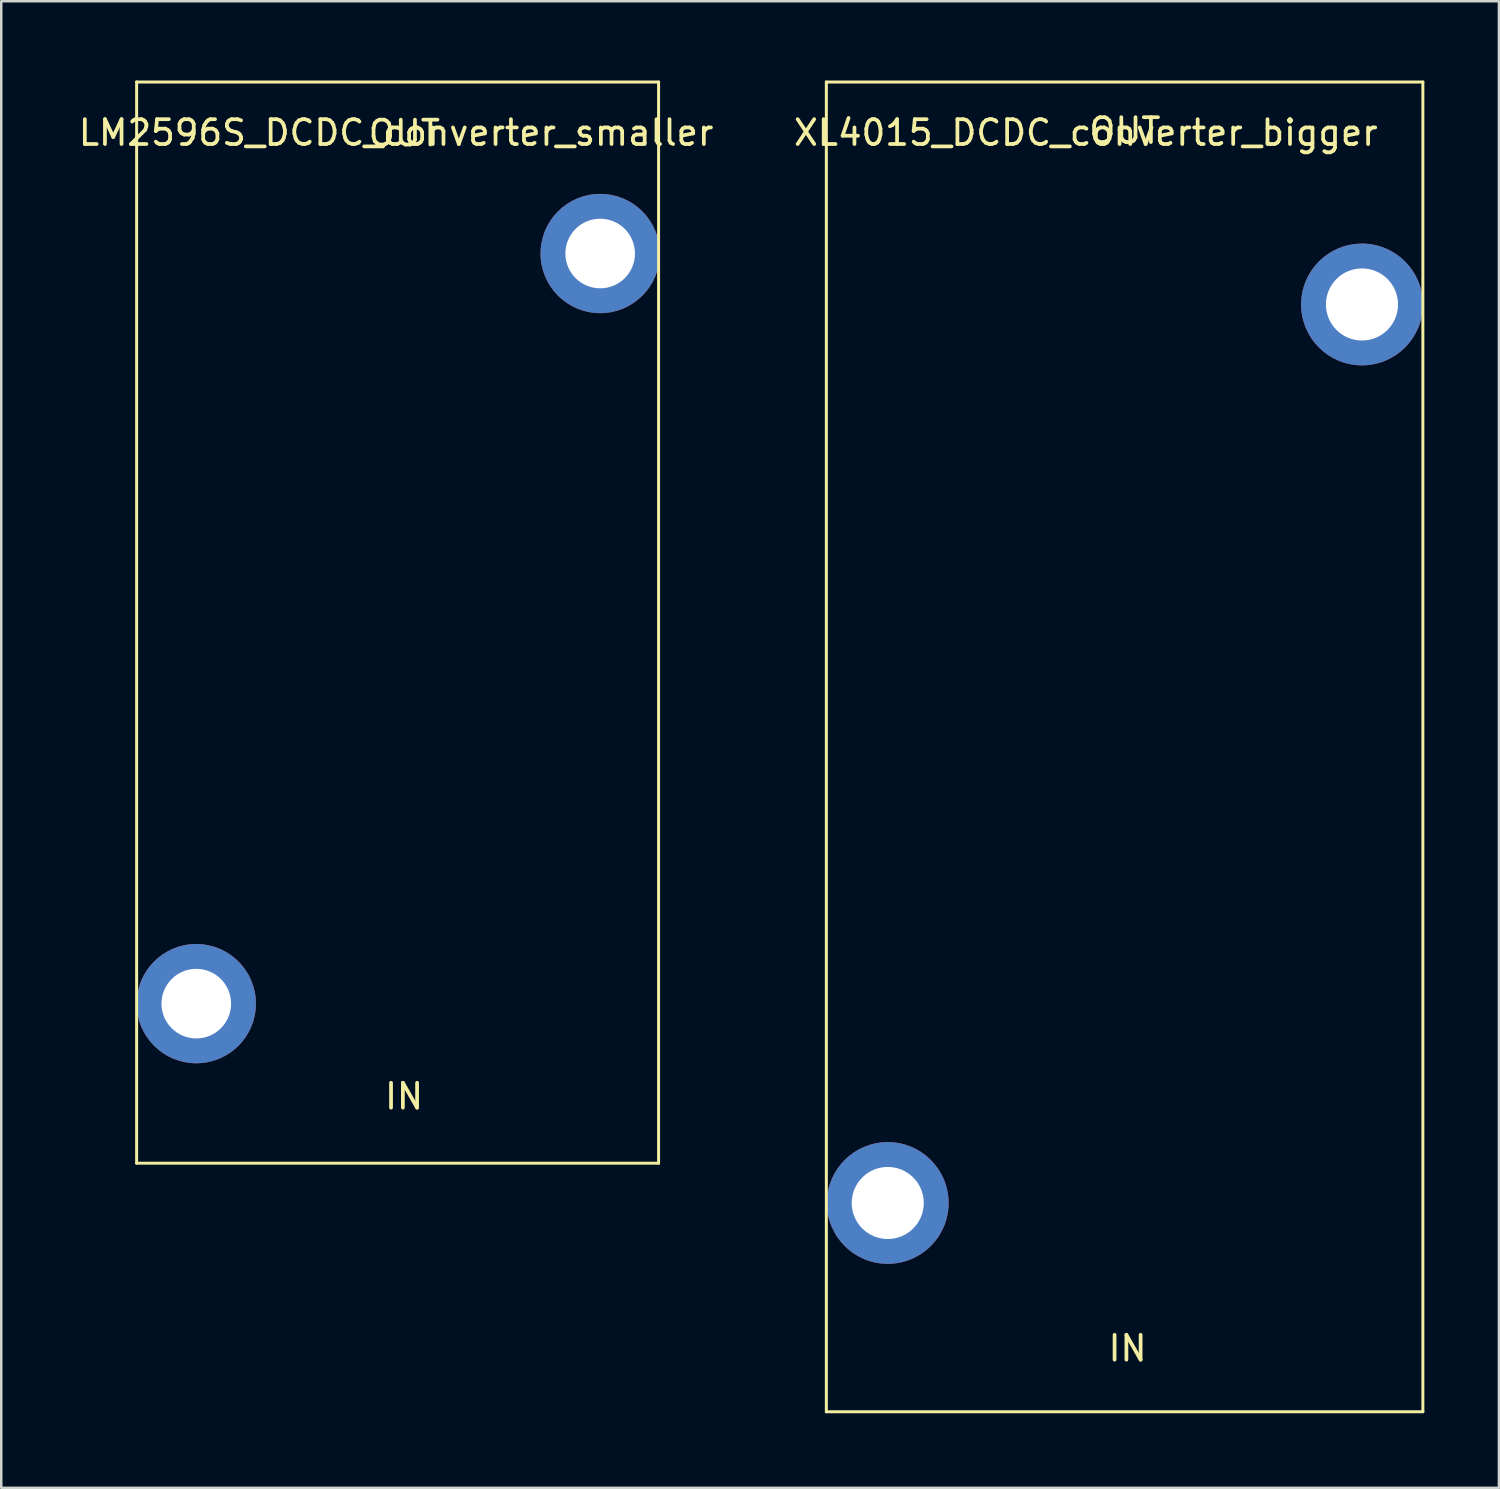
<source format=kicad_pcb>
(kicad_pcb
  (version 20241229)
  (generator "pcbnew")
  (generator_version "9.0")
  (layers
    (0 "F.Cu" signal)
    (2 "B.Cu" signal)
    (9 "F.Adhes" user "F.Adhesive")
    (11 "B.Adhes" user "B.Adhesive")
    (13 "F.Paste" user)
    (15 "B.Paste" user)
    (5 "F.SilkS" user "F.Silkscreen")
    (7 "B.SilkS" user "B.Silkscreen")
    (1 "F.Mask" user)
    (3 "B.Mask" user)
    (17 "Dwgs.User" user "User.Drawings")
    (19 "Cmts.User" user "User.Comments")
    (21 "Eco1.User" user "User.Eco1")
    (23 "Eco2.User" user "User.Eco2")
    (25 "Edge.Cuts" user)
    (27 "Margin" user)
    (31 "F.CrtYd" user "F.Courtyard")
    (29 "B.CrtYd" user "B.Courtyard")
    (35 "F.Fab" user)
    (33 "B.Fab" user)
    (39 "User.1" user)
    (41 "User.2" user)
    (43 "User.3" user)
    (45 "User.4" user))
  (footprint "XL4015_DCDC_converter_bigger"
    (layer "F.Cu")
    (at 30.197 0.25)
    (property "Reference" "XL4015_DCDC_converter_bigger" (at 10.44 2.04 0) (layer "F.SilkS") (effects (font (size 1 1) (thickness 0.15))))
    (attr through_hole)
    (fp_line (start 0 0) (end 24 0) (stroke (width 0.12) (type solid)) (layer "F.SilkS"))
    (fp_line (start 0 53.5) (end 0 0) (stroke (width 0.12) (type solid)) (layer "F.SilkS"))
    (fp_line (start 0 53.5) (end 24 53.5) (stroke (width 0.12) (type solid)) (layer "F.SilkS"))
    (fp_line (start 24 0) (end 24 53.5) (stroke (width 0.12) (type solid)) (layer "F.SilkS"))
    (fp_text user "OUT" (at 12.01 1.96 0) (unlocked yes) (layer "F.SilkS") (effects (font (size 1 1) (thickness 0.15))))
    (fp_text user "IN" (at 12.12 50.95 0) (unlocked yes) (layer "F.SilkS") (effects (font (size 1 1) (thickness 0.15))))
    (pad "" thru_hole circle (at 2.47 45.1) (size 4.9 4.9) (drill 2.9) (layers "*.Cu" "*.Mask"))
    (pad "" thru_hole circle (at 21.55 8.95) (size 4.9 4.9) (drill 2.9) (layers "*.Cu" "*.Mask")))
  (footprint "LM2596S_DCDC_converter_smaller"
    (layer "F.Cu")
    (at 2.447 0.25)
    (property "Reference" "LM2596S_DCDC_converter_smaller" (at 10.44 2.04 0) (layer "F.SilkS") (effects (font (size 1 1) (thickness 0.15))))
    (attr through_hole)
    (fp_line (start 0 0) (end 21 0) (stroke (width 0.12) (type solid)) (layer "F.SilkS"))
    (fp_line (start 0 43.5) (end 0 0) (stroke (width 0.12) (type solid)) (layer "F.SilkS"))
    (fp_line (start 0 43.5) (end 21 43.5) (stroke (width 0.12) (type solid)) (layer "F.SilkS"))
    (fp_line (start 21 0) (end 21 43.5) (stroke (width 0.12) (type solid)) (layer "F.SilkS"))
    (fp_text user "IN" (at 10.76 40.81 0) (unlocked yes) (layer "F.SilkS") (effects (font (size 1 1) (thickness 0.15))))
    (fp_text user "OUT" (at 10.77 2.06 0) (unlocked yes) (layer "F.SilkS") (effects (font (size 1 1) (thickness 0.15))))
    (pad "" thru_hole circle (at 2.4 37.08) (size 4.8 4.8) (drill 2.8) (layers "*.Cu" "*.Mask"))
    (pad "" thru_hole circle (at 18.65 6.9) (size 4.8 4.8) (drill 2.8) (layers "*.Cu" "*.Mask")))
  (gr_rect
    (start -3 -3)
    (end 57.257 56.81)
    (stroke (width 0.1) (type default))
    (fill no)
    (layer "Edge.Cuts")))
</source>
